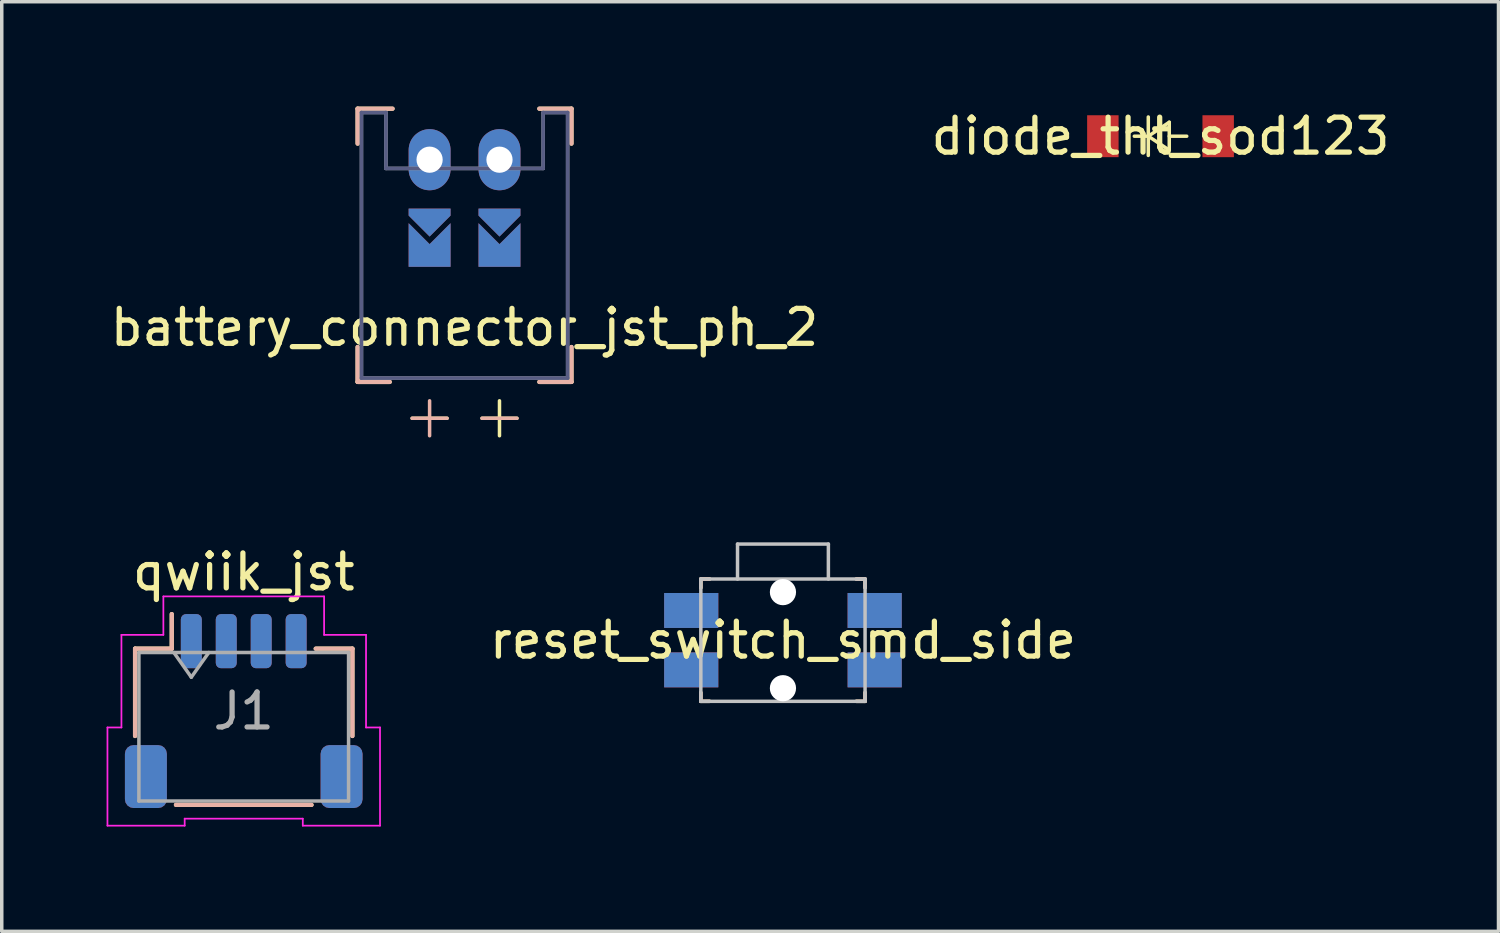
<source format=kicad_pcb>
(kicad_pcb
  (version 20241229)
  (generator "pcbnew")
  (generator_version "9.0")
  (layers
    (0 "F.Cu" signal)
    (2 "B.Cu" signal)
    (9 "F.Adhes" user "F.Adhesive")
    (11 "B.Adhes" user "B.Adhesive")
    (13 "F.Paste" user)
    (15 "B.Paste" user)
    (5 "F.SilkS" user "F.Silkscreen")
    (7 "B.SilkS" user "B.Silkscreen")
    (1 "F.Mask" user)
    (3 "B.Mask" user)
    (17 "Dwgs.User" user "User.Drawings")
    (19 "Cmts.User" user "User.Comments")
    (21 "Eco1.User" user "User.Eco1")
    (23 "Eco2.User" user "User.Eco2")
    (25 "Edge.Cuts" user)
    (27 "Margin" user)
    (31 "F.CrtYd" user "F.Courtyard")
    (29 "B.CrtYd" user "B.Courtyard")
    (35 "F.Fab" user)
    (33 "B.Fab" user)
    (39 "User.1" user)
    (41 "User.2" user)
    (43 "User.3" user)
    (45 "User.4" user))
  (footprint "diode_tht_sod123"
    (layer "F.Cu")
    (at 30.161 0.848)
    (property "Reference" "diode_tht_sod123" (at 0 0 0) (layer "F.SilkS") (effects (font (size 1 1) (thickness 0.15))))
    (fp_line (start -0.75 0) (end -0.35 0) (stroke (width 0.1) (type solid)) (layer "F.SilkS"))
    (fp_line (start -0.35 0) (end -0.35 -0.55) (stroke (width 0.1) (type solid)) (layer "F.SilkS"))
    (fp_line (start -0.35 0) (end -0.35 0.55) (stroke (width 0.1) (type solid)) (layer "F.SilkS"))
    (fp_line (start -0.35 0) (end 0.25 -0.4) (stroke (width 0.1) (type solid)) (layer "F.SilkS"))
    (fp_line (start 0.25 -0.4) (end 0.25 0.4) (stroke (width 0.1) (type solid)) (layer "F.SilkS"))
    (fp_line (start 0.25 0) (end 0.75 0) (stroke (width 0.1) (type solid)) (layer "F.SilkS"))
    (fp_line (start 0.25 0.4) (end -0.35 0) (stroke (width 0.1) (type solid)) (layer "F.SilkS"))
    (pad "1" smd rect (at -1.65 0) (size 0.9 1.2) (layers "F.Cu" "F.Mask" "F.Paste"))
    (pad "2" smd rect (at 1.65 0) (size 0.9 1.2) (layers "F.Cu" "F.Mask" "F.Paste")))
  (footprint "reset_switch_smd_side"
    (layer "F.Cu")
    (at 19.356 15.27)
    (property "Reference" "reset_switch_smd_side" (at 0 0 0) (layer "F.SilkS") (effects (font (size 1 1) (thickness 0.15))))
    (attr smd)
    (fp_line (start -2.35 -1.5) (end -2.35 -1.75) (stroke (width 0.1) (type solid)) (layer "F.SilkS"))
    (fp_line (start -2.35 1.5) (end -2.35 1.75) (stroke (width 0.1) (type solid)) (layer "F.SilkS"))
    (fp_line (start -2.1 -1.75) (end -2.35 -1.75) (stroke (width 0.1) (type solid)) (layer "F.SilkS"))
    (fp_line (start -2.1 1.75) (end -2.35 1.75) (stroke (width 0.1) (type solid)) (layer "F.SilkS"))
    (fp_line (start 2.1 -1.75) (end 2.35 -1.75) (stroke (width 0.1) (type solid)) (layer "F.SilkS"))
    (fp_line (start 2.1 1.75) (end 2.35 1.75) (stroke (width 0.1) (type solid)) (layer "F.SilkS"))
    (fp_line (start 2.35 -1.5) (end 2.35 -1.75) (stroke (width 0.1) (type solid)) (layer "F.SilkS"))
    (fp_line (start 2.35 1.5) (end 2.35 1.75) (stroke (width 0.1) (type solid)) (layer "F.SilkS"))
    (fp_line (start -2.35 -1.5) (end -2.35 -1.75) (stroke (width 0.1) (type solid)) (layer "B.SilkS"))
    (fp_line (start -2.35 1.5) (end -2.35 1.75) (stroke (width 0.1) (type solid)) (layer "B.SilkS"))
    (fp_line (start -2.1 -1.75) (end -2.35 -1.75) (stroke (width 0.1) (type solid)) (layer "B.SilkS"))
    (fp_line (start -2.1 1.75) (end -2.35 1.75) (stroke (width 0.1) (type solid)) (layer "B.SilkS"))
    (fp_line (start 2.1 -1.75) (end 2.35 -1.75) (stroke (width 0.1) (type solid)) (layer "B.SilkS"))
    (fp_line (start 2.1 1.75) (end 2.35 1.75) (stroke (width 0.1) (type solid)) (layer "B.SilkS"))
    (fp_line (start 2.35 -1.5) (end 2.35 -1.75) (stroke (width 0.1) (type solid)) (layer "B.SilkS"))
    (fp_line (start 2.35 1.5) (end 2.35 1.75) (stroke (width 0.1) (type solid)) (layer "B.SilkS"))
    (fp_line (start -2.35 -1.75) (end -2.35 1.75) (stroke (width 0.1) (type solid)) (layer "Dwgs.User"))
    (fp_line (start -2.35 -1.75) (end 2.35 -1.75) (stroke (width 0.1) (type solid)) (layer "Dwgs.User"))
    (fp_line (start -2.35 1.75) (end 2.35 1.75) (stroke (width 0.1) (type solid)) (layer "Dwgs.User"))
    (fp_line (start -1.3 -2.75) (end -1.3 -1.75) (stroke (width 0.1) (type solid)) (layer "Dwgs.User"))
    (fp_line (start -1.3 -2.75) (end 1.3 -2.75) (stroke (width 0.1) (type solid)) (layer "Dwgs.User"))
    (fp_line (start 1.3 -2.75) (end 1.3 -1.75) (stroke (width 0.1) (type solid)) (layer "Dwgs.User"))
    (fp_line (start 2.35 -1.75) (end 2.35 1.75) (stroke (width 0.1) (type solid)) (layer "Dwgs.User"))
    (pad "" np_thru_hole circle (at 0 -1.375 180) (size 0.75 0.75) (drill 0.75) (layers "*.Cu" "*.Mask"))
    (pad "" np_thru_hole circle (at 0 1.375 180) (size 0.75 0.75) (drill 0.75) (layers "*.Cu" "*.Mask"))
    (pad "1" smd rect (at -2.625 -0.85 180) (size 1.55 1) (layers "B.Cu" "B.Mask" "B.Paste"))
    (pad "1" smd rect (at 2.625 -0.85 180) (size 1.55 1) (layers "F.Cu" "F.Mask" "F.Paste"))
    (pad "2" smd rect (at -2.625 0.85 180) (size 1.55 1) (layers "B.Cu" "B.Mask" "B.Paste"))
    (pad "2" smd rect (at 2.625 0.85 180) (size 1.55 1) (layers "F.Cu" "F.Mask" "F.Paste"))
    (pad "3" smd rect (at -2.625 -0.85 180) (size 1.55 1) (layers "F.Cu" "F.Mask" "F.Paste"))
    (pad "3" smd rect (at 2.625 -0.85 180) (size 1.55 1) (layers "B.Cu" "B.Mask" "B.Paste"))
    (pad "4" smd rect (at -2.625 0.85 180) (size 1.55 1) (layers "F.Cu" "F.Mask" "F.Paste"))
    (pad "4" smd rect (at 2.625 0.85 180) (size 1.55 1) (layers "B.Cu" "B.Mask" "B.Paste")))
  (footprint "battery_connector_jst_ph_2"
    (layer "F.Cu")
    (at 10.244 1.52)
    (property "Reference" "battery_connector_jst_ph_2" (at 0 4.8 0) (layer "F.SilkS") (effects (font (size 1 1) (thickness 0.15))))
    (fp_line (start -3.06 -1.46) (end -3.06 -0.46) (stroke (width 0.12) (type solid)) (layer "F.SilkS"))
    (fp_line (start -3.06 6.36) (end -3.06 5.36) (stroke (width 0.12) (type solid)) (layer "F.SilkS"))
    (fp_line (start -2.14 6.36) (end -3.06 6.36) (stroke (width 0.12) (type solid)) (layer "F.SilkS"))
    (fp_line (start -2.06 -1.46) (end -3.06 -1.46) (stroke (width 0.12) (type solid)) (layer "F.SilkS"))
    (fp_line (start -1.5 7.4) (end -0.5 7.4) (stroke (width 0.1) (type solid)) (layer "F.SilkS"))
    (fp_line (start 1 6.9) (end 1 7.9) (stroke (width 0.1) (type solid)) (layer "F.SilkS"))
    (fp_line (start 1.5 7.4) (end 0.5 7.4) (stroke (width 0.1) (type solid)) (layer "F.SilkS"))
    (fp_line (start 2.14 -1.46) (end 3.06 -1.46) (stroke (width 0.12) (type solid)) (layer "F.SilkS"))
    (fp_line (start 2.14 6.36) (end 3.06 6.36) (stroke (width 0.12) (type solid)) (layer "F.SilkS"))
    (fp_line (start 3.06 -1.46) (end 3.06 -0.46) (stroke (width 0.12) (type solid)) (layer "F.SilkS"))
    (fp_line (start 3.06 6.36) (end 3.06 5.36) (stroke (width 0.12) (type solid)) (layer "F.SilkS"))
    (fp_line (start -3.06 -1.46) (end -3.06 -0.46) (stroke (width 0.12) (type solid)) (layer "B.SilkS"))
    (fp_line (start -3.06 6.36) (end -3.06 5.36) (stroke (width 0.12) (type solid)) (layer "B.SilkS"))
    (fp_line (start -2.14 6.36) (end -3.06 6.36) (stroke (width 0.12) (type solid)) (layer "B.SilkS"))
    (fp_line (start -2.06 -1.46) (end -3.06 -1.46) (stroke (width 0.12) (type solid)) (layer "B.SilkS"))
    (fp_line (start -1.5 7.4) (end -0.5 7.4) (stroke (width 0.1) (type solid)) (layer "B.SilkS"))
    (fp_line (start -1 6.9) (end -1 7.9) (stroke (width 0.1) (type solid)) (layer "B.SilkS"))
    (fp_line (start 1.5 7.4) (end 0.5 7.4) (stroke (width 0.1) (type solid)) (layer "B.SilkS"))
    (fp_line (start 2.14 -1.46) (end 3.06 -1.46) (stroke (width 0.12) (type solid)) (layer "B.SilkS"))
    (fp_line (start 2.14 6.36) (end 3.06 6.36) (stroke (width 0.12) (type solid)) (layer "B.SilkS"))
    (fp_line (start 3.06 -1.46) (end 3.06 -0.46) (stroke (width 0.12) (type solid)) (layer "B.SilkS"))
    (fp_line (start 3.06 6.36) (end 3.06 5.36) (stroke (width 0.12) (type solid)) (layer "B.SilkS"))
    (fp_line (start -2.95 -1.35) (end -2.25 -1.35) (stroke (width 0.1) (type solid)) (layer "B.Fab"))
    (fp_line (start -2.95 6.25) (end -2.95 -1.35) (stroke (width 0.1) (type solid)) (layer "B.Fab"))
    (fp_line (start -2.25 -1.35) (end -2.25 0.25) (stroke (width 0.1) (type solid)) (layer "B.Fab"))
    (fp_line (start -2.25 0.25) (end 2.25 0.25) (stroke (width 0.1) (type solid)) (layer "B.Fab"))
    (fp_line (start 2.25 -1.35) (end 2.95 -1.35) (stroke (width 0.1) (type solid)) (layer "B.Fab"))
    (fp_line (start 2.25 0.25) (end 2.25 -1.35) (stroke (width 0.1) (type solid)) (layer "B.Fab"))
    (fp_line (start 2.95 -1.35) (end 2.95 6.25) (stroke (width 0.1) (type solid)) (layer "B.Fab"))
    (fp_line (start 2.95 6.25) (end -2.95 6.25) (stroke (width 0.1) (type solid)) (layer "B.Fab"))
    (fp_line (start -2.95 -1.35) (end -2.95 6.25) (stroke (width 0.1) (type solid)) (layer "F.Fab"))
    (fp_line (start -2.95 6.25) (end 2.95 6.25) (stroke (width 0.1) (type solid)) (layer "F.Fab"))
    (fp_line (start -2.25 -1.35) (end -2.95 -1.35) (stroke (width 0.1) (type solid)) (layer "F.Fab"))
    (fp_line (start -2.25 0.25) (end -2.25 -1.35) (stroke (width 0.1) (type solid)) (layer "F.Fab"))
    (fp_line (start 2.25 -1.35) (end 2.25 0.25) (stroke (width 0.1) (type solid)) (layer "F.Fab"))
    (fp_line (start 2.25 0.25) (end -2.25 0.25) (stroke (width 0.1) (type solid)) (layer "F.Fab"))
    (fp_line (start 2.95 -1.35) (end 2.25 -1.35) (stroke (width 0.1) (type solid)) (layer "F.Fab"))
    (fp_line (start 2.95 6.25) (end 2.95 -1.35) (stroke (width 0.1) (type solid)) (layer "F.Fab"))
    (pad "1" smd custom (at -1 2.816 180) (size 1.2 0.5) (layers "F.Cu" "F.Mask" "F.Paste") (options (anchor rect)) (primitives (gr_poly (pts (xy 0.6 0) (xy -0.6 0) (xy -0.6 1) (xy 0 0.4) (xy 0.6 1)) (width 0) (fill yes))))
    (pad "1" smd custom (at 1 2.816 180) (size 1.2 0.5) (layers "B.Cu" "B.Mask" "B.Paste") (options (anchor rect)) (primitives (gr_poly (pts (xy 0.6 0) (xy -0.6 0) (xy -0.6 1) (xy 0 0.4) (xy 0.6 1)) (width 0) (fill yes))))
    (pad "2" smd custom (at -1 2.816 180) (size 1.2 0.5) (layers "B.Cu" "B.Mask" "B.Paste") (options (anchor rect)) (primitives (gr_poly (pts (xy 0.6 0) (xy -0.6 0) (xy -0.6 1) (xy 0 0.4) (xy 0.6 1)) (width 0) (fill yes))))
    (pad "2" smd custom (at 1 2.816 180) (size 1.2 0.5) (layers "F.Cu" "F.Mask" "F.Paste") (options (anchor rect)) (primitives (gr_poly (pts (xy 0.6 0) (xy -0.6 0) (xy -0.6 1) (xy 0 0.4) (xy 0.6 1)) (width 0) (fill yes))))
    (pad "11" thru_hole oval (at -1 0) (size 1.2 1.75) (drill 0.75) (layers "*.Cu" "*.Mask"))
    (pad "12" thru_hole oval (at 1 0) (size 1.2 1.75) (drill 0.75) (layers "*.Cu" "*.Mask"))
    (pad "21" smd custom (at -1 1.8 180) (size 0.1 0.1) (layers "F.Cu" "F.Mask" "F.Paste") (options (anchor rect)) (primitives (gr_poly (pts (xy 0.6 0.4) (xy -0.6 0.4) (xy -0.6 0.2) (xy 0 -0.4) (xy 0.6 0.2)) (width 0) (fill yes))))
    (pad "22" smd custom (at 1 1.8 180) (size 0.1 0.1) (layers "F.Cu" "F.Mask" "F.Paste") (options (anchor rect)) (primitives (gr_poly (pts (xy 0.6 0.4) (xy -0.6 0.4) (xy -0.6 0.2) (xy 0 -0.4) (xy 0.6 0.2)) (width 0) (fill yes))))
    (pad "31" smd custom (at -1 1.8 180) (size 0.1 0.1) (layers "B.Cu" "B.Mask" "B.Paste") (options (anchor rect)) (primitives (gr_poly (pts (xy 0.6 0.4) (xy -0.6 0.4) (xy -0.6 0.2) (xy 0 -0.4) (xy 0.6 0.2)) (width 0) (fill yes))))
    (pad "32" smd custom (at 1 1.8 180) (size 0.1 0.1) (layers "B.Cu" "B.Mask" "B.Paste") (options (anchor rect)) (primitives (gr_poly (pts (xy 0.6 0.4) (xy -0.6 0.4) (xy -0.6 0.2) (xy 0 -0.4) (xy 0.6 0.2)) (width 0) (fill yes)))))
  (footprint "qwiik_jst"
    (layer "F.Cu")
    (at 3.925 17.298)
    (property "Reference" "qwiik_jst" (at 0 -3.98 0) (layer "F.SilkS") (effects (font (size 1 1) (thickness 0.15))))
    (attr smd)
    (fp_line (start -3.11 -1.785) (end -2.06 -1.785) (stroke (width 0.12) (type solid)) (layer "F.SilkS"))
    (fp_line (start -3.11 0.715) (end -3.11 -1.785) (stroke (width 0.12) (type solid)) (layer "F.SilkS"))
    (fp_line (start -2.06 -1.785) (end -2.06 -2.775) (stroke (width 0.12) (type solid)) (layer "F.SilkS"))
    (fp_line (start -1.94 2.685) (end 1.94 2.685) (stroke (width 0.12) (type solid)) (layer "F.SilkS"))
    (fp_line (start 3.11 -1.785) (end 2.06 -1.785) (stroke (width 0.12) (type solid)) (layer "F.SilkS"))
    (fp_line (start 3.11 0.715) (end 3.11 -1.785) (stroke (width 0.12) (type solid)) (layer "F.SilkS"))
    (fp_line (start -3.11 -1.785) (end -2.06 -1.785) (stroke (width 0.12) (type solid)) (layer "B.SilkS"))
    (fp_line (start -3.11 0.715) (end -3.11 -1.785) (stroke (width 0.12) (type solid)) (layer "B.SilkS"))
    (fp_line (start -2.06 -1.785) (end -2.06 -2.775) (stroke (width 0.12) (type solid)) (layer "B.SilkS"))
    (fp_line (start -1.94 2.685) (end 1.94 2.685) (stroke (width 0.12) (type solid)) (layer "B.SilkS"))
    (fp_line (start 3.11 -1.785) (end 2.06 -1.785) (stroke (width 0.12) (type solid)) (layer "B.SilkS"))
    (fp_line (start 3.11 0.715) (end 3.11 -1.785) (stroke (width 0.12) (type solid)) (layer "B.SilkS"))
    (fp_line (start -3.9 0.47) (end -3.5 0.47) (stroke (width 0.05) (type solid)) (layer "F.CrtYd"))
    (fp_line (start -3.9 3.28) (end -3.9 0.47) (stroke (width 0.05) (type solid)) (layer "F.CrtYd"))
    (fp_line (start -3.5 -2.18) (end -2.3 -2.18) (stroke (width 0.05) (type solid)) (layer "F.CrtYd"))
    (fp_line (start -3.5 0.47) (end -3.5 -2.18) (stroke (width 0.05) (type solid)) (layer "F.CrtYd"))
    (fp_line (start -2.3 -3.28) (end 2.3 -3.28) (stroke (width 0.05) (type solid)) (layer "F.CrtYd"))
    (fp_line (start -2.3 -2.18) (end -2.3 -3.28) (stroke (width 0.05) (type solid)) (layer "F.CrtYd"))
    (fp_line (start -1.69 3.08) (end -1.69 3.28) (stroke (width 0.05) (type solid)) (layer "F.CrtYd"))
    (fp_line (start -1.69 3.28) (end -3.9 3.28) (stroke (width 0.05) (type solid)) (layer "F.CrtYd"))
    (fp_line (start 1.69 3.08) (end -1.69 3.08) (stroke (width 0.05) (type solid)) (layer "F.CrtYd"))
    (fp_line (start 1.69 3.28) (end 1.69 3.08) (stroke (width 0.05) (type solid)) (layer "F.CrtYd"))
    (fp_line (start 2.3 -3.28) (end 2.3 -2.18) (stroke (width 0.05) (type solid)) (layer "F.CrtYd"))
    (fp_line (start 2.3 -2.18) (end 3.5 -2.18) (stroke (width 0.05) (type solid)) (layer "F.CrtYd"))
    (fp_line (start 3.5 -2.18) (end 3.5 0.47) (stroke (width 0.05) (type solid)) (layer "F.CrtYd"))
    (fp_line (start 3.5 0.47) (end 3.9 0.47) (stroke (width 0.05) (type solid)) (layer "F.CrtYd"))
    (fp_line (start 3.9 0.47) (end 3.9 3.28) (stroke (width 0.05) (type solid)) (layer "F.CrtYd"))
    (fp_line (start 3.9 3.28) (end 1.69 3.28) (stroke (width 0.05) (type solid)) (layer "F.CrtYd"))
    (fp_line (start -3 -1.675) (end -3 2.575) (stroke (width 0.1) (type solid)) (layer "F.Fab"))
    (fp_line (start -3 -1.675) (end 3 -1.675) (stroke (width 0.1) (type solid)) (layer "F.Fab"))
    (fp_line (start -3 2.575) (end 3 2.575) (stroke (width 0.1) (type solid)) (layer "F.Fab"))
    (fp_line (start -2 -1.675) (end -1.5 -0.968) (stroke (width 0.1) (type solid)) (layer "F.Fab"))
    (fp_line (start -1.5 -0.968) (end -1 -1.675) (stroke (width 0.1) (type solid)) (layer "F.Fab"))
    (fp_line (start 3 -1.675) (end 3 2.575) (stroke (width 0.1) (type solid)) (layer "F.Fab"))
    (fp_text user "J1" (at 0 0 0) (layer "F.Fab") (effects (font (size 1 1) (thickness 0.15))))
    (pad "1" smd roundrect (at -1.5 -2) (size 0.6 1.55) (layers "F.Cu" "F.Mask" "F.Paste") (roundrect_rratio 0.25))
    (pad "1" smd roundrect (at -1.5 -2) (size 0.6 1.55) (layers "B.Cu" "B.Mask" "B.Paste") (roundrect_rratio 0.25))
    (pad "2" smd roundrect (at -0.5 -2) (size 0.6 1.55) (layers "F.Cu" "F.Mask" "F.Paste") (roundrect_rratio 0.25))
    (pad "2" smd roundrect (at -0.5 -2) (size 0.6 1.55) (layers "B.Cu" "B.Mask" "B.Paste") (roundrect_rratio 0.25))
    (pad "3" smd roundrect (at 0.5 -2) (size 0.6 1.55) (layers "F.Cu" "F.Mask" "F.Paste") (roundrect_rratio 0.25))
    (pad "3" smd roundrect (at 0.5 -2) (size 0.6 1.55) (layers "B.Cu" "B.Mask" "B.Paste") (roundrect_rratio 0.25))
    (pad "4" smd roundrect (at 1.5 -2) (size 0.6 1.55) (layers "F.Cu" "F.Mask" "F.Paste") (roundrect_rratio 0.25))
    (pad "4" smd roundrect (at 1.5 -2) (size 0.6 1.55) (layers "B.Cu" "B.Mask" "B.Paste") (roundrect_rratio 0.25))
    (pad "MP" smd roundrect (at -2.8 1.875) (size 1.2 1.8) (layers "F.Cu" "F.Mask" "F.Paste") (roundrect_rratio 0.208))
    (pad "MP" smd roundrect (at -2.8 1.875) (size 1.2 1.8) (layers "B.Cu" "B.Mask" "B.Paste") (roundrect_rratio 0.208))
    (pad "MP" smd roundrect (at 2.8 1.875) (size 1.2 1.8) (layers "F.Cu" "F.Mask" "F.Paste") (roundrect_rratio 0.208))
    (pad "MP" smd roundrect (at 2.8 1.875) (size 1.2 1.8) (layers "B.Cu" "B.Mask" "B.Paste") (roundrect_rratio 0.208)))
  (gr_rect
    (start -3 -3)
    (end 39.833 23.603)
    (stroke (width 0.1) (type default))
    (fill no)
    (layer "Edge.Cuts")))
</source>
